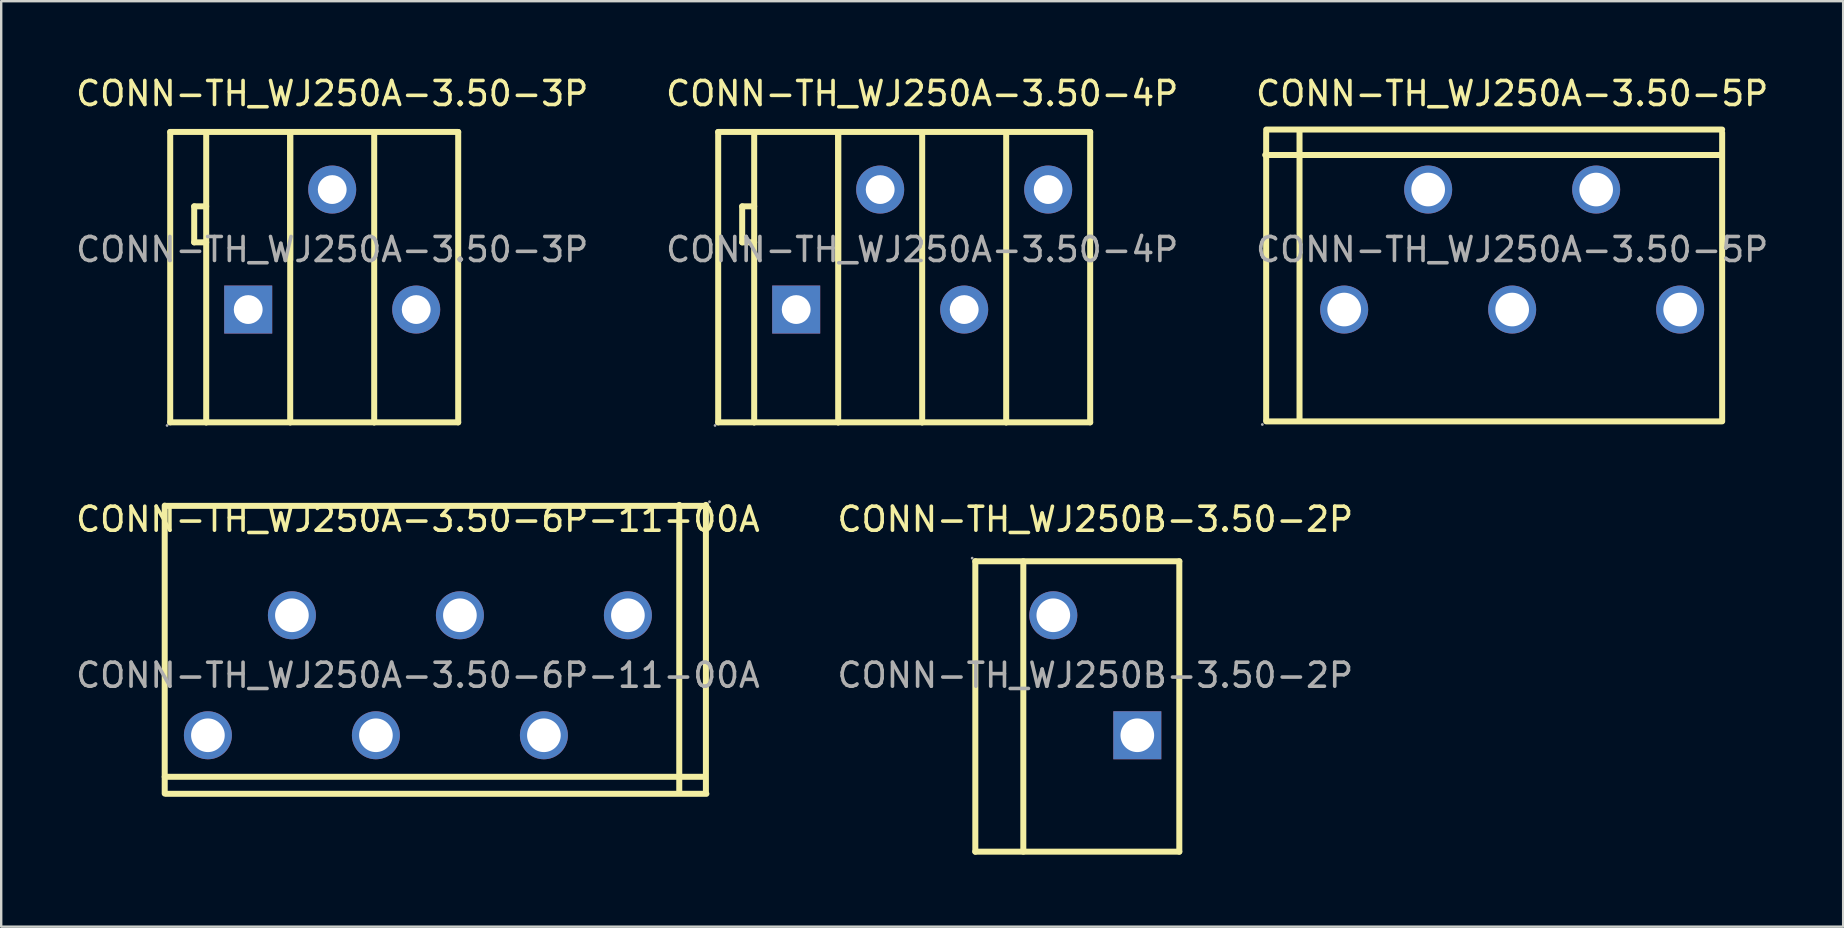
<source format=kicad_pcb>
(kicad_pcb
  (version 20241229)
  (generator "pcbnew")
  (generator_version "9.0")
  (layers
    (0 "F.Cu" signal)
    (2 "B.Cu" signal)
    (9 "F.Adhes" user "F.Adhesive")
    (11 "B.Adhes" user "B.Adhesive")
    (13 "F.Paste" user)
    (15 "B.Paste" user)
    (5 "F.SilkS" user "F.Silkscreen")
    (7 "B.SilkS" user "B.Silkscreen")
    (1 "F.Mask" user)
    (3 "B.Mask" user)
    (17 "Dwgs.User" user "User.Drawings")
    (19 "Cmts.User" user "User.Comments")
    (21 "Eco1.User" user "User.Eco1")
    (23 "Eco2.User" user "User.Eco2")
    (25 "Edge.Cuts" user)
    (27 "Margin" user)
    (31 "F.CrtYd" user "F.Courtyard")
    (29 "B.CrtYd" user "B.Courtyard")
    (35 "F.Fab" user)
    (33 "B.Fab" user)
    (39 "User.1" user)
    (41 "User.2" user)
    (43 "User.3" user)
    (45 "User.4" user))
  (footprint "CONN-TH_WJ250A-3.50-3P"
    (layer "F.Cu")
    (at 10.792 7.348)
    (property "Reference" "CONN-TH_WJ250A-3.50-3P" (at 0 -6.5 0) (layer "F.SilkS") (effects (font (size 1 1) (thickness 0.15))))
    (attr through_hole)
    (fp_line (start -6.75 -4.9) (end -6.75 7.2) (stroke (width 0.25) (type solid)) (layer "F.SilkS"))
    (fp_line (start -6.75 7.2) (end -5.25 7.2) (stroke (width 0.25) (type solid)) (layer "F.SilkS"))
    (fp_line (start -5.75 -0.3) (end -5.75 -1.8) (stroke (width 0.25) (type solid)) (layer "F.SilkS"))
    (fp_line (start -5.25 -4.9) (end -6.75 -4.9) (stroke (width 0.25) (type solid)) (layer "F.SilkS"))
    (fp_line (start -5.25 -4.9) (end -5.25 7.2) (stroke (width 0.25) (type solid)) (layer "F.SilkS"))
    (fp_line (start -5.25 -4.9) (end -1.75 -4.9) (stroke (width 0.25) (type solid)) (layer "F.SilkS"))
    (fp_line (start -5.25 -1.8) (end -5.75 -1.8) (stroke (width 0.25) (type solid)) (layer "F.SilkS"))
    (fp_line (start -5.25 -0.3) (end -5.75 -0.3) (stroke (width 0.25) (type solid)) (layer "F.SilkS"))
    (fp_line (start -5.25 7.2) (end -1.75 7.2) (stroke (width 0.25) (type solid)) (layer "F.SilkS"))
    (fp_line (start -1.75 -4.9) (end -1.75 7.2) (stroke (width 0.25) (type solid)) (layer "F.SilkS"))
    (fp_line (start -1.75 -4.9) (end 1.75 -4.9) (stroke (width 0.25) (type solid)) (layer "F.SilkS"))
    (fp_line (start -1.75 0.43) (end -1.75 -4.9) (stroke (width 0.25) (type solid)) (layer "F.SilkS"))
    (fp_line (start -1.75 7.2) (end 1.75 7.2) (stroke (width 0.25) (type solid)) (layer "F.SilkS"))
    (fp_line (start 1.75 -4.9) (end 1.75 7.2) (stroke (width 0.25) (type solid)) (layer "F.SilkS"))
    (fp_line (start 1.75 -4.9) (end 5.25 -4.9) (stroke (width 0.25) (type solid)) (layer "F.SilkS"))
    (fp_line (start 1.75 7.2) (end 5.25 7.2) (stroke (width 0.25) (type solid)) (layer "F.SilkS"))
    (fp_line (start 5.25 -4.9) (end 5.25 7.2) (stroke (width 0.25) (type solid)) (layer "F.SilkS"))
    (fp_circle (center -6.88 7.33) (end -6.85 7.33) (stroke (width 0.06) (type solid)) (fill no) (layer "F.Fab"))
    (fp_circle (center -3.5 2.5) (end -3.25 2.5) (stroke (width 0.5) (type solid)) (fill no) (layer "F.Fab"))
    (fp_circle (center 0 -2.5) (end 0.25 -2.5) (stroke (width 0.5) (type solid)) (fill no) (layer "F.Fab"))
    (fp_circle (center 3.5 2.5) (end 3.75 2.5) (stroke (width 0.5) (type solid)) (fill no) (layer "F.Fab"))
    (fp_text user "${REFERENCE}" (at 0 0 0) (layer "F.Fab") (effects (font (size 1 1) (thickness 0.15))))
    (pad "1" thru_hole rect (at -3.5 2.5) (size 2 2) (drill 1.2) (layers "*.Cu" "*.Paste" "*.Mask"))
    (pad "2" thru_hole circle (at 0 -2.5 180) (size 2 2) (drill 1.2) (layers "*.Cu" "*.Paste" "*.Mask"))
    (pad "3" thru_hole circle (at 3.5 2.5 180) (size 2 2) (drill 1.2) (layers "*.Cu" "*.Paste" "*.Mask")))
  (footprint "CONN-TH_WJ250A-3.50-6P-11-00A"
    (layer "F.Cu")
    (at 14.363 25.087)
    (property "Reference" "CONN-TH_WJ250A-3.50-6P-11-00A" (at 0 -6.5 0) (layer "F.SilkS") (effects (font (size 1 1) (thickness 0.15))))
    (attr through_hole)
    (fp_line (start -10.55 -7.07) (end -10.55 4.93) (stroke (width 0.25) (type solid)) (layer "F.SilkS"))
    (fp_line (start -10.55 4.23) (end 11.95 4.23) (stroke (width 0.25) (type solid)) (layer "F.SilkS"))
    (fp_line (start -10.48 -7.06) (end 12.02 -7.06) (stroke (width 0.25) (type solid)) (layer "F.SilkS"))
    (fp_line (start -10.48 4.94) (end 12.02 4.94) (stroke (width 0.25) (type solid)) (layer "F.SilkS"))
    (fp_line (start 10.89 -7.1) (end 10.89 4.9) (stroke (width 0.25) (type solid)) (layer "F.SilkS"))
    (fp_line (start 12 -7.1) (end 12 4.9) (stroke (width 0.25) (type solid)) (layer "F.SilkS"))
    (fp_circle (center -8.75 2.5) (end -8.45 2.5) (stroke (width 0.6) (type solid)) (fill no) (layer "F.Fab"))
    (fp_circle (center -5.25 -2.5) (end -4.95 -2.5) (stroke (width 0.6) (type solid)) (fill no) (layer "F.Fab"))
    (fp_circle (center -1.75 2.5) (end -1.45 2.5) (stroke (width 0.6) (type solid)) (fill no) (layer "F.Fab"))
    (fp_circle (center 1.75 -2.5) (end 2.05 -2.5) (stroke (width 0.6) (type solid)) (fill no) (layer "F.Fab"))
    (fp_circle (center 5.25 2.5) (end 5.55 2.5) (stroke (width 0.6) (type solid)) (fill no) (layer "F.Fab"))
    (fp_circle (center 8.75 -2.5) (end 9.05 -2.5) (stroke (width 0.6) (type solid)) (fill no) (layer "F.Fab"))
    (fp_circle (center 12.15 -7.23) (end 12.18 -7.23) (stroke (width 0.06) (type solid)) (fill no) (layer "F.Fab"))
    (fp_text user "${REFERENCE}" (at 0 0 0) (layer "F.Fab") (effects (font (size 1 1) (thickness 0.15))))
    (pad "2" thru_hole circle (at 8.75 -2.5) (size 2 2) (drill 1.402) (layers "*.Cu" "*.Paste" "*.Mask"))
    (pad "3" thru_hole circle (at 5.25 2.5) (size 2 2) (drill 1.402) (layers "*.Cu" "*.Paste" "*.Mask"))
    (pad "6" thru_hole circle (at 1.75 -2.5) (size 2 2) (drill 1.402) (layers "*.Cu" "*.Paste" "*.Mask"))
    (pad "7" thru_hole circle (at -1.75 2.5) (size 2 2) (drill 1.402) (layers "*.Cu" "*.Paste" "*.Mask"))
    (pad "10" thru_hole circle (at -5.25 -2.5) (size 2 2) (drill 1.402) (layers "*.Cu" "*.Paste" "*.Mask"))
    (pad "11" thru_hole circle (at -8.75 2.5) (size 2 2) (drill 1.402) (layers "*.Cu" "*.Paste" "*.Mask")))
  (footprint "CONN-TH_WJ250A-3.50-4P"
    (layer "F.Cu")
    (at 35.375 7.348)
    (property "Reference" "CONN-TH_WJ250A-3.50-4P" (at 0 -6.5 0) (layer "F.SilkS") (effects (font (size 1 1) (thickness 0.15))))
    (attr through_hole)
    (fp_line (start -8.5 -4.9) (end -8.5 7.2) (stroke (width 0.25) (type solid)) (layer "F.SilkS"))
    (fp_line (start -8.5 7.2) (end -7 7.2) (stroke (width 0.25) (type solid)) (layer "F.SilkS"))
    (fp_line (start -7.5 -0.3) (end -7.5 -1.8) (stroke (width 0.25) (type solid)) (layer "F.SilkS"))
    (fp_line (start -7 -4.9) (end -8.5 -4.9) (stroke (width 0.25) (type solid)) (layer "F.SilkS"))
    (fp_line (start -7 -4.9) (end -7 7.2) (stroke (width 0.25) (type solid)) (layer "F.SilkS"))
    (fp_line (start -7 -4.9) (end -3.5 -4.9) (stroke (width 0.25) (type solid)) (layer "F.SilkS"))
    (fp_line (start -7 -1.8) (end -7.5 -1.8) (stroke (width 0.25) (type solid)) (layer "F.SilkS"))
    (fp_line (start -7 -0.3) (end -7.5 -0.3) (stroke (width 0.25) (type solid)) (layer "F.SilkS"))
    (fp_line (start -7 7.2) (end -3.5 7.2) (stroke (width 0.25) (type solid)) (layer "F.SilkS"))
    (fp_line (start -3.5 -4.9) (end -3.5 7.2) (stroke (width 0.25) (type solid)) (layer "F.SilkS"))
    (fp_line (start -3.5 -4.9) (end 0 -4.9) (stroke (width 0.25) (type solid)) (layer "F.SilkS"))
    (fp_line (start -3.5 0.43) (end -3.5 -4.9) (stroke (width 0.25) (type solid)) (layer "F.SilkS"))
    (fp_line (start -3.5 7.2) (end 0 7.2) (stroke (width 0.25) (type solid)) (layer "F.SilkS"))
    (fp_line (start 0 -4.9) (end 0 7.2) (stroke (width 0.25) (type solid)) (layer "F.SilkS"))
    (fp_line (start 0 -4.9) (end 3.5 -4.9) (stroke (width 0.25) (type solid)) (layer "F.SilkS"))
    (fp_line (start 0 7.2) (end 3.5 7.2) (stroke (width 0.25) (type solid)) (layer "F.SilkS"))
    (fp_line (start 3.5 -4.9) (end 3.5 7.2) (stroke (width 0.25) (type solid)) (layer "F.SilkS"))
    (fp_line (start 3.5 -4.9) (end 7 -4.9) (stroke (width 0.25) (type solid)) (layer "F.SilkS"))
    (fp_line (start 3.5 7.2) (end 7 7.2) (stroke (width 0.25) (type solid)) (layer "F.SilkS"))
    (fp_line (start 7 -4.9) (end 7 7.2) (stroke (width 0.25) (type solid)) (layer "F.SilkS"))
    (fp_circle (center -8.63 7.33) (end -8.6 7.33) (stroke (width 0.06) (type solid)) (fill no) (layer "F.Fab"))
    (fp_circle (center -5.25 2.5) (end -5 2.5) (stroke (width 0.5) (type solid)) (fill no) (layer "F.Fab"))
    (fp_circle (center -1.75 -2.5) (end -1.5 -2.5) (stroke (width 0.5) (type solid)) (fill no) (layer "F.Fab"))
    (fp_circle (center 1.75 2.5) (end 2 2.5) (stroke (width 0.5) (type solid)) (fill no) (layer "F.Fab"))
    (fp_circle (center 5.25 -2.5) (end 5.5 -2.5) (stroke (width 0.5) (type solid)) (fill no) (layer "F.Fab"))
    (fp_text user "${REFERENCE}" (at 0 0 0) (layer "F.Fab") (effects (font (size 1 1) (thickness 0.15))))
    (pad "1" thru_hole rect (at -5.25 2.5) (size 2 2) (drill 1.2) (layers "*.Cu" "*.Paste" "*.Mask"))
    (pad "2" thru_hole circle (at -1.75 -2.5 180) (size 2 2) (drill 1.2) (layers "*.Cu" "*.Paste" "*.Mask"))
    (pad "3" thru_hole circle (at 1.75 2.5 180) (size 2 2) (drill 1.2) (layers "*.Cu" "*.Paste" "*.Mask"))
    (pad "4" thru_hole circle (at 5.25 -2.5 180) (size 2 2) (drill 1.2) (layers "*.Cu" "*.Paste" "*.Mask")))
  (footprint "CONN-TH_WJ250B-3.50-2P"
    (layer "F.Cu")
    (at 42.589 25.087)
    (property "Reference" "CONN-TH_WJ250B-3.50-2P" (at 0 -6.5 0) (layer "F.SilkS") (effects (font (size 1 1) (thickness 0.15))))
    (attr through_hole)
    (fp_line (start -5 7.35) (end -5 -4.75) (stroke (width 0.25) (type solid)) (layer "F.SilkS"))
    (fp_line (start -3 7.35) (end -3 -4.75) (stroke (width 0.25) (type solid)) (layer "F.SilkS"))
    (fp_line (start 3.5 -4.75) (end -5 -4.75) (stroke (width 0.25) (type solid)) (layer "F.SilkS"))
    (fp_line (start 3.5 7.35) (end -5 7.35) (stroke (width 0.25) (type solid)) (layer "F.SilkS"))
    (fp_line (start 3.5 7.35) (end 3.5 -4.75) (stroke (width 0.25) (type solid)) (layer "F.SilkS"))
    (fp_circle (center -5.13 -4.88) (end -5.1 -4.88) (stroke (width 0.06) (type solid)) (fill no) (layer "F.Fab"))
    (fp_circle (center -1.75 -2.5) (end -1.45 -2.5) (stroke (width 0.6) (type solid)) (fill no) (layer "F.Fab"))
    (fp_circle (center 1.75 2.5) (end 2.05 2.5) (stroke (width 0.6) (type solid)) (fill no) (layer "F.Fab"))
    (fp_text user "${REFERENCE}" (at 0 0 0) (layer "F.Fab") (effects (font (size 1 1) (thickness 0.15))))
    (pad "1" thru_hole circle (at -1.75 -2.5 180) (size 2 2) (drill 1.402) (layers "*.Cu" "*.Paste" "*.Mask"))
    (pad "2" thru_hole rect (at 1.75 2.5 180) (size 2 2) (drill 1.402) (layers "*.Cu" "*.Paste" "*.Mask")))
  (footprint "CONN-TH_WJ250A-3.50-5P"
    (layer "F.Cu")
    (at 59.958 7.348)
    (property "Reference" "CONN-TH_WJ250A-3.50-5P" (at 0 -6.5 0) (layer "F.SilkS") (effects (font (size 1 1) (thickness 0.15))))
    (attr through_hole)
    (fp_line (start -10.25 7.1) (end -10.25 -4.9) (stroke (width 0.25) (type solid)) (layer "F.SilkS"))
    (fp_line (start -8.86 7.1) (end -8.86 -4.9) (stroke (width 0.25) (type solid)) (layer "F.SilkS"))
    (fp_line (start 8.71 -3.94) (end -10.29 -3.94) (stroke (width 0.25) (type solid)) (layer "F.SilkS"))
    (fp_line (start 8.75 -5) (end -10.25 -5) (stroke (width 0.25) (type solid)) (layer "F.SilkS"))
    (fp_line (start 8.75 7.13) (end 8.75 -4.87) (stroke (width 0.25) (type solid)) (layer "F.SilkS"))
    (fp_line (start 8.75 7.16) (end -10.25 7.16) (stroke (width 0.25) (type solid)) (layer "F.SilkS"))
    (fp_circle (center -10.41 7.29) (end -10.38 7.29) (stroke (width 0.06) (type solid)) (fill no) (layer "F.Fab"))
    (fp_circle (center -7 2.5) (end -6.7 2.5) (stroke (width 0.6) (type solid)) (fill no) (layer "F.Fab"))
    (fp_circle (center -3.5 -2.5) (end -3.2 -2.5) (stroke (width 0.6) (type solid)) (fill no) (layer "F.Fab"))
    (fp_circle (center 0 2.5) (end 0.3 2.5) (stroke (width 0.6) (type solid)) (fill no) (layer "F.Fab"))
    (fp_circle (center 3.5 -2.5) (end 3.8 -2.5) (stroke (width 0.6) (type solid)) (fill no) (layer "F.Fab"))
    (fp_circle (center 7 2.5) (end 7.3 2.5) (stroke (width 0.6) (type solid)) (fill no) (layer "F.Fab"))
    (fp_text user "${REFERENCE}" (at 0 0 0) (layer "F.Fab") (effects (font (size 1 1) (thickness 0.15))))
    (pad "1" thru_hole circle (at -7 2.5 180) (size 2 2) (drill 1.402) (layers "*.Cu" "*.Paste" "*.Mask"))
    (pad "2" thru_hole circle (at -3.5 -2.5 180) (size 2 2) (drill 1.402) (layers "*.Cu" "*.Paste" "*.Mask"))
    (pad "3" thru_hole circle (at 0 2.5 180) (size 2 2) (drill 1.402) (layers "*.Cu" "*.Paste" "*.Mask"))
    (pad "4" thru_hole circle (at 3.5 -2.5 180) (size 2 2) (drill 1.402) (layers "*.Cu" "*.Paste" "*.Mask"))
    (pad "5" thru_hole circle (at 7 2.5 180) (size 2 2) (drill 1.402) (layers "*.Cu" "*.Paste" "*.Mask")))
  (gr_rect
    (start -3 -3)
    (end 73.75 35.562)
    (stroke (width 0.1) (type default))
    (fill no)
    (layer "Edge.Cuts")))
</source>
